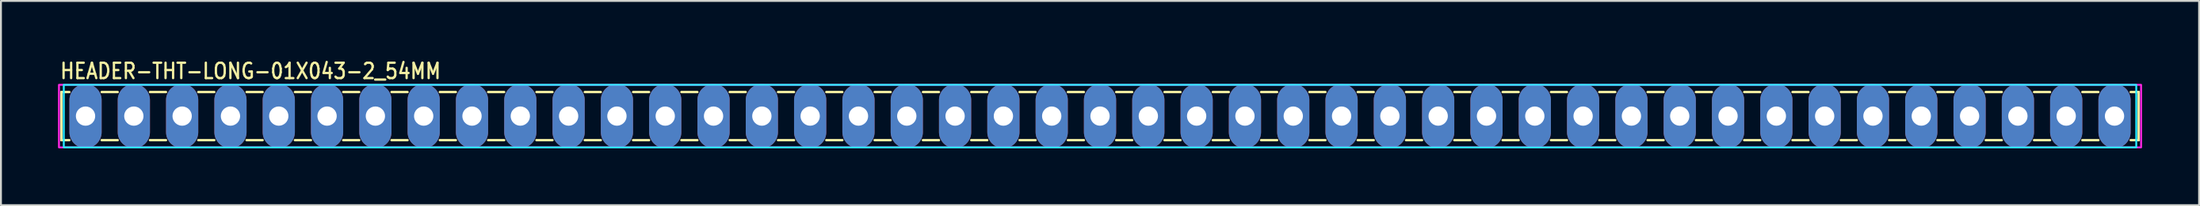
<source format=kicad_pcb>
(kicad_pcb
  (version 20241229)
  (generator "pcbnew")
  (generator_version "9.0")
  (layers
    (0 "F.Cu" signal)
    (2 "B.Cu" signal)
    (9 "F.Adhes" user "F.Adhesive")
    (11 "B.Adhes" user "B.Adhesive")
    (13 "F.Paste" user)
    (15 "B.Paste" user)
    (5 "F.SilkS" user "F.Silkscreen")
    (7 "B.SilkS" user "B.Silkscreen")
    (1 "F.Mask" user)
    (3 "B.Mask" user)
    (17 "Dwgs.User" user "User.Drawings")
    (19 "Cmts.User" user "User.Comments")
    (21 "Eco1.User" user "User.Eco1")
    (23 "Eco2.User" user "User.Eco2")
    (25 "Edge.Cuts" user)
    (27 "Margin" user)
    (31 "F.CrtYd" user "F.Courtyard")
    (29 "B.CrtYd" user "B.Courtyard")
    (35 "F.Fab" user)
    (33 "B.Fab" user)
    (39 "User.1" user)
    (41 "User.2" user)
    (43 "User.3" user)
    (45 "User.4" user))
  (footprint "HEADER-THT-LONG-01X043-2_54MM"
    (layer "F.Cu")
    (at 1.447 3.079)
    (property "Reference" "HEADER-THT-LONG-01X043-2_54MM" (at -1.4 -1.9 0) (unlocked yes) (layer "F.SilkS") (effects (font (size 0.813 0.695) (thickness 0.122)) (justify left bottom)))
    (fp_line (start -1.27 -1.27) (end -1.27 1.27) (stroke (width 0.127) (type solid)) (layer "F.SilkS"))
    (fp_line (start -1.27 1.27) (end -0.85 1.27) (stroke (width 0.127) (type solid)) (layer "F.SilkS"))
    (fp_line (start -0.85 -1.27) (end -1.27 -1.27) (stroke (width 0.127) (type solid)) (layer "F.SilkS"))
    (fp_line (start 0.85 -1.27) (end 1.69 -1.27) (stroke (width 0.127) (type solid)) (layer "F.SilkS"))
    (fp_line (start 0.85 1.27) (end 1.69 1.27) (stroke (width 0.127) (type solid)) (layer "F.SilkS"))
    (fp_line (start 3.39 -1.27) (end 4.23 -1.27) (stroke (width 0.127) (type solid)) (layer "F.SilkS"))
    (fp_line (start 3.39 1.27) (end 4.23 1.27) (stroke (width 0.127) (type solid)) (layer "F.SilkS"))
    (fp_line (start 5.93 -1.27) (end 6.77 -1.27) (stroke (width 0.127) (type solid)) (layer "F.SilkS"))
    (fp_line (start 5.93 1.27) (end 6.77 1.27) (stroke (width 0.127) (type solid)) (layer "F.SilkS"))
    (fp_line (start 8.47 -1.27) (end 9.31 -1.27) (stroke (width 0.127) (type solid)) (layer "F.SilkS"))
    (fp_line (start 8.47 1.27) (end 9.31 1.27) (stroke (width 0.127) (type solid)) (layer "F.SilkS"))
    (fp_line (start 11.01 -1.27) (end 11.85 -1.27) (stroke (width 0.127) (type solid)) (layer "F.SilkS"))
    (fp_line (start 11.01 1.27) (end 11.85 1.27) (stroke (width 0.127) (type solid)) (layer "F.SilkS"))
    (fp_line (start 13.55 -1.27) (end 14.39 -1.27) (stroke (width 0.127) (type solid)) (layer "F.SilkS"))
    (fp_line (start 13.55 1.27) (end 14.39 1.27) (stroke (width 0.127) (type solid)) (layer "F.SilkS"))
    (fp_line (start 16.09 -1.27) (end 16.93 -1.27) (stroke (width 0.127) (type solid)) (layer "F.SilkS"))
    (fp_line (start 16.09 1.27) (end 16.93 1.27) (stroke (width 0.127) (type solid)) (layer "F.SilkS"))
    (fp_line (start 18.63 -1.27) (end 19.47 -1.27) (stroke (width 0.127) (type solid)) (layer "F.SilkS"))
    (fp_line (start 18.63 1.27) (end 19.47 1.27) (stroke (width 0.127) (type solid)) (layer "F.SilkS"))
    (fp_line (start 21.17 -1.27) (end 22.01 -1.27) (stroke (width 0.127) (type solid)) (layer "F.SilkS"))
    (fp_line (start 21.17 1.27) (end 22.01 1.27) (stroke (width 0.127) (type solid)) (layer "F.SilkS"))
    (fp_line (start 23.71 -1.27) (end 24.55 -1.27) (stroke (width 0.127) (type solid)) (layer "F.SilkS"))
    (fp_line (start 23.71 1.27) (end 24.55 1.27) (stroke (width 0.127) (type solid)) (layer "F.SilkS"))
    (fp_line (start 26.25 -1.27) (end 27.09 -1.27) (stroke (width 0.127) (type solid)) (layer "F.SilkS"))
    (fp_line (start 26.25 1.27) (end 27.09 1.27) (stroke (width 0.127) (type solid)) (layer "F.SilkS"))
    (fp_line (start 28.79 -1.27) (end 29.63 -1.27) (stroke (width 0.127) (type solid)) (layer "F.SilkS"))
    (fp_line (start 28.79 1.27) (end 29.63 1.27) (stroke (width 0.127) (type solid)) (layer "F.SilkS"))
    (fp_line (start 31.33 -1.27) (end 32.17 -1.27) (stroke (width 0.127) (type solid)) (layer "F.SilkS"))
    (fp_line (start 31.33 1.27) (end 32.17 1.27) (stroke (width 0.127) (type solid)) (layer "F.SilkS"))
    (fp_line (start 33.87 -1.27) (end 34.71 -1.27) (stroke (width 0.127) (type solid)) (layer "F.SilkS"))
    (fp_line (start 33.87 1.27) (end 34.71 1.27) (stroke (width 0.127) (type solid)) (layer "F.SilkS"))
    (fp_line (start 36.41 -1.27) (end 37.25 -1.27) (stroke (width 0.127) (type solid)) (layer "F.SilkS"))
    (fp_line (start 36.41 1.27) (end 37.25 1.27) (stroke (width 0.127) (type solid)) (layer "F.SilkS"))
    (fp_line (start 38.95 -1.27) (end 39.79 -1.27) (stroke (width 0.127) (type solid)) (layer "F.SilkS"))
    (fp_line (start 38.95 1.27) (end 39.79 1.27) (stroke (width 0.127) (type solid)) (layer "F.SilkS"))
    (fp_line (start 41.49 -1.27) (end 42.33 -1.27) (stroke (width 0.127) (type solid)) (layer "F.SilkS"))
    (fp_line (start 41.49 1.27) (end 42.33 1.27) (stroke (width 0.127) (type solid)) (layer "F.SilkS"))
    (fp_line (start 44.03 -1.27) (end 44.87 -1.27) (stroke (width 0.127) (type solid)) (layer "F.SilkS"))
    (fp_line (start 44.03 1.27) (end 44.87 1.27) (stroke (width 0.127) (type solid)) (layer "F.SilkS"))
    (fp_line (start 46.57 -1.27) (end 47.41 -1.27) (stroke (width 0.127) (type solid)) (layer "F.SilkS"))
    (fp_line (start 46.57 1.27) (end 47.41 1.27) (stroke (width 0.127) (type solid)) (layer "F.SilkS"))
    (fp_line (start 49.11 -1.27) (end 49.95 -1.27) (stroke (width 0.127) (type solid)) (layer "F.SilkS"))
    (fp_line (start 49.11 1.27) (end 49.95 1.27) (stroke (width 0.127) (type solid)) (layer "F.SilkS"))
    (fp_line (start 51.65 -1.27) (end 52.49 -1.27) (stroke (width 0.127) (type solid)) (layer "F.SilkS"))
    (fp_line (start 51.65 1.27) (end 52.49 1.27) (stroke (width 0.127) (type solid)) (layer "F.SilkS"))
    (fp_line (start 54.19 -1.27) (end 55.03 -1.27) (stroke (width 0.127) (type solid)) (layer "F.SilkS"))
    (fp_line (start 54.19 1.27) (end 55.03 1.27) (stroke (width 0.127) (type solid)) (layer "F.SilkS"))
    (fp_line (start 56.73 -1.27) (end 57.57 -1.27) (stroke (width 0.127) (type solid)) (layer "F.SilkS"))
    (fp_line (start 56.73 1.27) (end 57.57 1.27) (stroke (width 0.127) (type solid)) (layer "F.SilkS"))
    (fp_line (start 59.27 -1.27) (end 60.11 -1.27) (stroke (width 0.127) (type solid)) (layer "F.SilkS"))
    (fp_line (start 59.27 1.27) (end 60.11 1.27) (stroke (width 0.127) (type solid)) (layer "F.SilkS"))
    (fp_line (start 61.81 -1.27) (end 62.65 -1.27) (stroke (width 0.127) (type solid)) (layer "F.SilkS"))
    (fp_line (start 61.81 1.27) (end 62.65 1.27) (stroke (width 0.127) (type solid)) (layer "F.SilkS"))
    (fp_line (start 64.35 -1.27) (end 65.19 -1.27) (stroke (width 0.127) (type solid)) (layer "F.SilkS"))
    (fp_line (start 64.35 1.27) (end 65.19 1.27) (stroke (width 0.127) (type solid)) (layer "F.SilkS"))
    (fp_line (start 66.89 -1.27) (end 67.73 -1.27) (stroke (width 0.127) (type solid)) (layer "F.SilkS"))
    (fp_line (start 66.89 1.27) (end 67.73 1.27) (stroke (width 0.127) (type solid)) (layer "F.SilkS"))
    (fp_line (start 69.43 -1.27) (end 70.27 -1.27) (stroke (width 0.127) (type solid)) (layer "F.SilkS"))
    (fp_line (start 69.43 1.27) (end 70.27 1.27) (stroke (width 0.127) (type solid)) (layer "F.SilkS"))
    (fp_line (start 71.97 -1.27) (end 72.81 -1.27) (stroke (width 0.127) (type solid)) (layer "F.SilkS"))
    (fp_line (start 71.97 1.27) (end 72.81 1.27) (stroke (width 0.127) (type solid)) (layer "F.SilkS"))
    (fp_line (start 74.51 -1.27) (end 75.35 -1.27) (stroke (width 0.127) (type solid)) (layer "F.SilkS"))
    (fp_line (start 74.51 1.27) (end 75.35 1.27) (stroke (width 0.127) (type solid)) (layer "F.SilkS"))
    (fp_line (start 77.05 -1.27) (end 77.89 -1.27) (stroke (width 0.127) (type solid)) (layer "F.SilkS"))
    (fp_line (start 77.05 1.27) (end 77.89 1.27) (stroke (width 0.127) (type solid)) (layer "F.SilkS"))
    (fp_line (start 79.59 -1.27) (end 80.43 -1.27) (stroke (width 0.127) (type solid)) (layer "F.SilkS"))
    (fp_line (start 79.59 1.27) (end 80.43 1.27) (stroke (width 0.127) (type solid)) (layer "F.SilkS"))
    (fp_line (start 82.13 -1.27) (end 82.97 -1.27) (stroke (width 0.127) (type solid)) (layer "F.SilkS"))
    (fp_line (start 82.13 1.27) (end 82.97 1.27) (stroke (width 0.127) (type solid)) (layer "F.SilkS"))
    (fp_line (start 84.67 -1.27) (end 85.51 -1.27) (stroke (width 0.127) (type solid)) (layer "F.SilkS"))
    (fp_line (start 84.67 1.27) (end 85.51 1.27) (stroke (width 0.127) (type solid)) (layer "F.SilkS"))
    (fp_line (start 87.21 -1.27) (end 88.05 -1.27) (stroke (width 0.127) (type solid)) (layer "F.SilkS"))
    (fp_line (start 87.21 1.27) (end 88.05 1.27) (stroke (width 0.127) (type solid)) (layer "F.SilkS"))
    (fp_line (start 89.75 -1.27) (end 90.59 -1.27) (stroke (width 0.127) (type solid)) (layer "F.SilkS"))
    (fp_line (start 89.75 1.27) (end 90.59 1.27) (stroke (width 0.127) (type solid)) (layer "F.SilkS"))
    (fp_line (start 92.29 -1.27) (end 93.13 -1.27) (stroke (width 0.127) (type solid)) (layer "F.SilkS"))
    (fp_line (start 92.29 1.27) (end 93.13 1.27) (stroke (width 0.127) (type solid)) (layer "F.SilkS"))
    (fp_line (start 94.83 -1.27) (end 95.67 -1.27) (stroke (width 0.127) (type solid)) (layer "F.SilkS"))
    (fp_line (start 94.83 1.27) (end 95.67 1.27) (stroke (width 0.127) (type solid)) (layer "F.SilkS"))
    (fp_line (start 97.37 -1.27) (end 98.21 -1.27) (stroke (width 0.127) (type solid)) (layer "F.SilkS"))
    (fp_line (start 97.37 1.27) (end 98.21 1.27) (stroke (width 0.127) (type solid)) (layer "F.SilkS"))
    (fp_line (start 99.91 -1.27) (end 100.75 -1.27) (stroke (width 0.127) (type solid)) (layer "F.SilkS"))
    (fp_line (start 99.91 1.27) (end 100.75 1.27) (stroke (width 0.127) (type solid)) (layer "F.SilkS"))
    (fp_line (start 102.45 -1.27) (end 103.29 -1.27) (stroke (width 0.127) (type solid)) (layer "F.SilkS"))
    (fp_line (start 102.45 1.27) (end 103.29 1.27) (stroke (width 0.127) (type solid)) (layer "F.SilkS"))
    (fp_line (start 104.99 -1.27) (end 105.83 -1.27) (stroke (width 0.127) (type solid)) (layer "F.SilkS"))
    (fp_line (start 104.99 1.27) (end 105.83 1.27) (stroke (width 0.127) (type solid)) (layer "F.SilkS"))
    (fp_line (start 107.53 -1.27) (end 107.95 -1.27) (stroke (width 0.127) (type solid)) (layer "F.SilkS"))
    (fp_line (start 107.95 -1.27) (end 107.95 1.27) (stroke (width 0.127) (type solid)) (layer "F.SilkS"))
    (fp_line (start 107.95 1.27) (end 107.53 1.27) (stroke (width 0.127) (type solid)) (layer "F.SilkS"))
    (fp_poly (pts (xy -1.143 -1.651) (xy 107.823 -1.651) (xy 107.823 1.651) (xy -1.143 1.651)) (stroke (width 0.1) (type solid)) (fill no) (layer "B.CrtYd"))
    (fp_poly (pts (xy -1.397 -1.651) (xy 108.077 -1.651) (xy 108.077 1.651) (xy -1.397 1.651)) (stroke (width 0.1) (type solid)) (fill no) (layer "F.CrtYd"))
    (pad "P$1" thru_hole oval (at 0 0 90) (size 3.387 1.693) (drill 1.016) (layers "*.Cu" "*.Mask"))
    (pad "P$2" thru_hole oval (at 2.54 0 90) (size 3.387 1.693) (drill 1.016) (layers "*.Cu" "*.Mask"))
    (pad "P$3" thru_hole oval (at 5.08 0 90) (size 3.387 1.693) (drill 1.016) (layers "*.Cu" "*.Mask"))
    (pad "P$4" thru_hole oval (at 7.62 0 90) (size 3.387 1.693) (drill 1.016) (layers "*.Cu" "*.Mask"))
    (pad "P$5" thru_hole oval (at 10.16 0 90) (size 3.387 1.693) (drill 1.016) (layers "*.Cu" "*.Mask"))
    (pad "P$6" thru_hole oval (at 12.7 0 90) (size 3.387 1.693) (drill 1.016) (layers "*.Cu" "*.Mask"))
    (pad "P$7" thru_hole oval (at 15.24 0 90) (size 3.387 1.693) (drill 1.016) (layers "*.Cu" "*.Mask"))
    (pad "P$8" thru_hole oval (at 17.78 0 90) (size 3.387 1.693) (drill 1.016) (layers "*.Cu" "*.Mask"))
    (pad "P$9" thru_hole oval (at 20.32 0 90) (size 3.387 1.693) (drill 1.016) (layers "*.Cu" "*.Mask"))
    (pad "P$10" thru_hole oval (at 22.86 0 90) (size 3.387 1.693) (drill 1.016) (layers "*.Cu" "*.Mask"))
    (pad "P$11" thru_hole oval (at 25.4 0 90) (size 3.387 1.693) (drill 1.016) (layers "*.Cu" "*.Mask"))
    (pad "P$12" thru_hole oval (at 27.94 0 90) (size 3.387 1.693) (drill 1.016) (layers "*.Cu" "*.Mask"))
    (pad "P$13" thru_hole oval (at 30.48 0 90) (size 3.387 1.693) (drill 1.016) (layers "*.Cu" "*.Mask"))
    (pad "P$14" thru_hole oval (at 33.02 0 90) (size 3.387 1.693) (drill 1.016) (layers "*.Cu" "*.Mask"))
    (pad "P$15" thru_hole oval (at 35.56 0 90) (size 3.387 1.693) (drill 1.016) (layers "*.Cu" "*.Mask"))
    (pad "P$16" thru_hole oval (at 38.1 0 90) (size 3.387 1.693) (drill 1.016) (layers "*.Cu" "*.Mask"))
    (pad "P$17" thru_hole oval (at 40.64 0 90) (size 3.387 1.693) (drill 1.016) (layers "*.Cu" "*.Mask"))
    (pad "P$18" thru_hole oval (at 43.18 0 90) (size 3.387 1.693) (drill 1.016) (layers "*.Cu" "*.Mask"))
    (pad "P$19" thru_hole oval (at 45.72 0 90) (size 3.387 1.693) (drill 1.016) (layers "*.Cu" "*.Mask"))
    (pad "P$20" thru_hole oval (at 48.26 0 90) (size 3.387 1.693) (drill 1.016) (layers "*.Cu" "*.Mask"))
    (pad "P$21" thru_hole oval (at 50.8 0 90) (size 3.387 1.693) (drill 1.016) (layers "*.Cu" "*.Mask"))
    (pad "P$22" thru_hole oval (at 53.34 0 90) (size 3.387 1.693) (drill 1.016) (layers "*.Cu" "*.Mask"))
    (pad "P$23" thru_hole oval (at 55.88 0 90) (size 3.387 1.693) (drill 1.016) (layers "*.Cu" "*.Mask"))
    (pad "P$24" thru_hole oval (at 58.42 0 90) (size 3.387 1.693) (drill 1.016) (layers "*.Cu" "*.Mask"))
    (pad "P$25" thru_hole oval (at 60.96 0 90) (size 3.387 1.693) (drill 1.016) (layers "*.Cu" "*.Mask"))
    (pad "P$26" thru_hole oval (at 63.5 0 90) (size 3.387 1.693) (drill 1.016) (layers "*.Cu" "*.Mask"))
    (pad "P$27" thru_hole oval (at 66.04 0 90) (size 3.387 1.693) (drill 1.016) (layers "*.Cu" "*.Mask"))
    (pad "P$28" thru_hole oval (at 68.58 0 90) (size 3.387 1.693) (drill 1.016) (layers "*.Cu" "*.Mask"))
    (pad "P$29" thru_hole oval (at 71.12 0 90) (size 3.387 1.693) (drill 1.016) (layers "*.Cu" "*.Mask"))
    (pad "P$30" thru_hole oval (at 73.66 0 90) (size 3.387 1.693) (drill 1.016) (layers "*.Cu" "*.Mask"))
    (pad "P$31" thru_hole oval (at 76.2 0 90) (size 3.387 1.693) (drill 1.016) (layers "*.Cu" "*.Mask"))
    (pad "P$32" thru_hole oval (at 78.74 0 90) (size 3.387 1.693) (drill 1.016) (layers "*.Cu" "*.Mask"))
    (pad "P$33" thru_hole oval (at 81.28 0 90) (size 3.387 1.693) (drill 1.016) (layers "*.Cu" "*.Mask"))
    (pad "P$34" thru_hole oval (at 83.82 0 90) (size 3.387 1.693) (drill 1.016) (layers "*.Cu" "*.Mask"))
    (pad "P$35" thru_hole oval (at 86.36 0 90) (size 3.387 1.693) (drill 1.016) (layers "*.Cu" "*.Mask"))
    (pad "P$36" thru_hole oval (at 88.9 0 90) (size 3.387 1.693) (drill 1.016) (layers "*.Cu" "*.Mask"))
    (pad "P$37" thru_hole oval (at 91.44 0 90) (size 3.387 1.693) (drill 1.016) (layers "*.Cu" "*.Mask"))
    (pad "P$38" thru_hole oval (at 93.98 0 90) (size 3.387 1.693) (drill 1.016) (layers "*.Cu" "*.Mask"))
    (pad "P$39" thru_hole oval (at 96.52 0 90) (size 3.387 1.693) (drill 1.016) (layers "*.Cu" "*.Mask"))
    (pad "P$40" thru_hole oval (at 99.06 0 90) (size 3.387 1.693) (drill 1.016) (layers "*.Cu" "*.Mask"))
    (pad "P$41" thru_hole oval (at 101.6 0 90) (size 3.387 1.693) (drill 1.016) (layers "*.Cu" "*.Mask"))
    (pad "P$42" thru_hole oval (at 104.14 0 90) (size 3.387 1.693) (drill 1.016) (layers "*.Cu" "*.Mask"))
    (pad "P$43" thru_hole oval (at 106.68 0 90) (size 3.387 1.693) (drill 1.016) (layers "*.Cu" "*.Mask")))
  (gr_rect
    (start -3 -3)
    (end 112.574 7.78)
    (stroke (width 0.1) (type default))
    (fill no)
    (layer "Edge.Cuts")))
</source>
